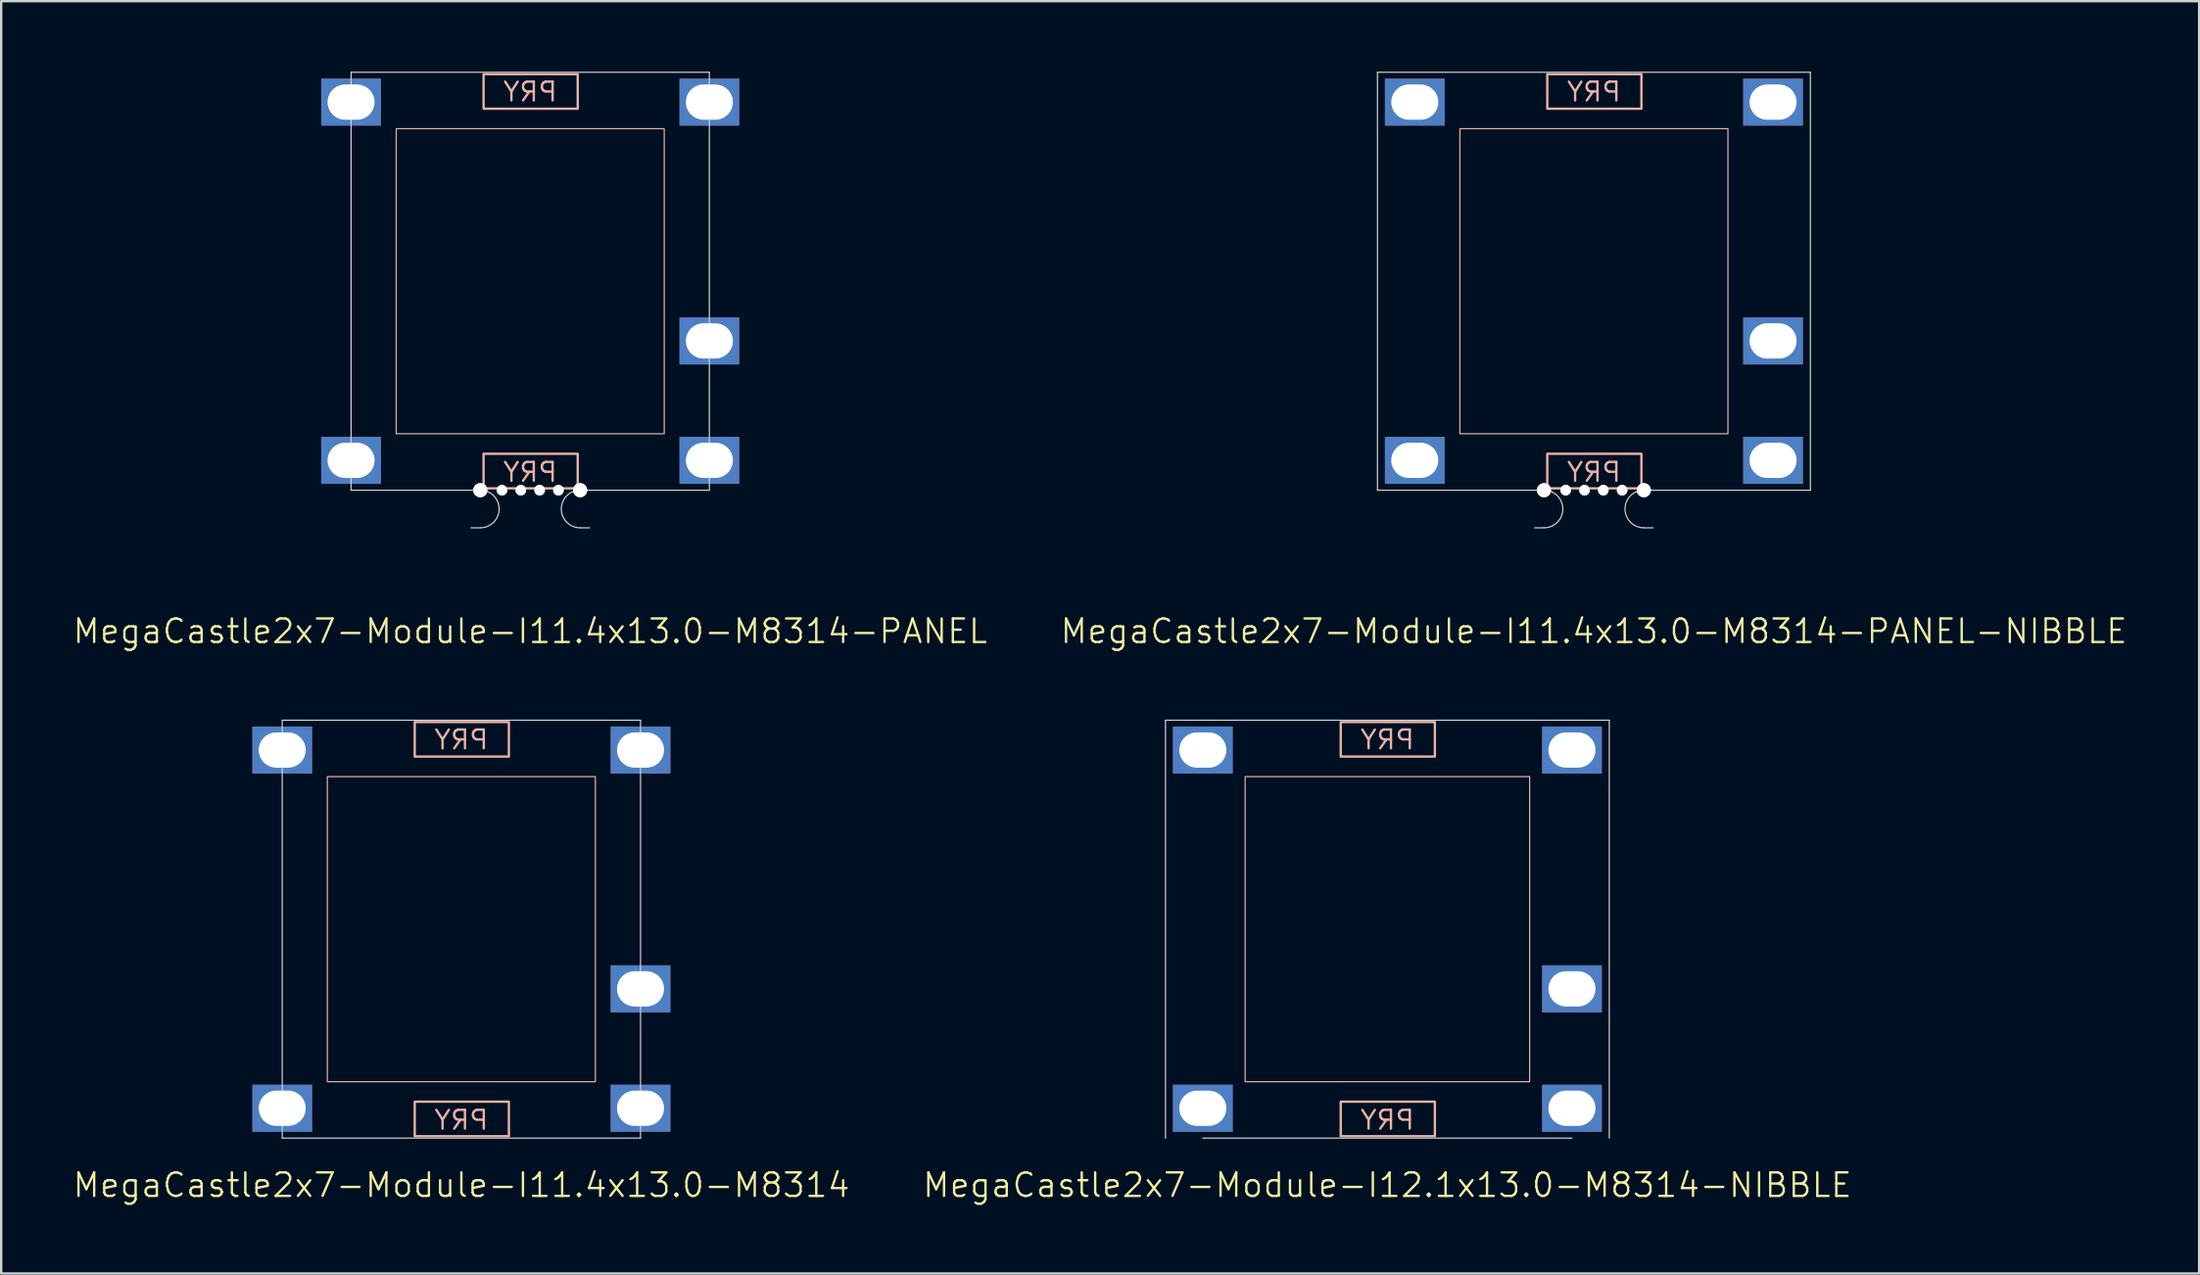
<source format=kicad_pcb>
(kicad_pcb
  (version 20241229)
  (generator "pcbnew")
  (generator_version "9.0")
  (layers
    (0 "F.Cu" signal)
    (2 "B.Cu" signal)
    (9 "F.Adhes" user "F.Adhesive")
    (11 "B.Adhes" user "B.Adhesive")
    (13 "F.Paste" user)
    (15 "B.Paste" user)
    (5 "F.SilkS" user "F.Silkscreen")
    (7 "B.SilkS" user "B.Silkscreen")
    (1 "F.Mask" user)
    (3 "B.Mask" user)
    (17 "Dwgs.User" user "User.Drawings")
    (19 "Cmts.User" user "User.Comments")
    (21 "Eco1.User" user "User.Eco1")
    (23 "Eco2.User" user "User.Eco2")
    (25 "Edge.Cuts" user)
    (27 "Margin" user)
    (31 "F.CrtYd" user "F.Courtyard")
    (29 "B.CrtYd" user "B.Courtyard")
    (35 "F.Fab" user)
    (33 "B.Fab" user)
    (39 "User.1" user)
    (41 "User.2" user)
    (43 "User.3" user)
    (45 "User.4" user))
  (footprint "MegaCastle2x7-Module-I11.4x13.0-M8314-PANEL"
    (layer "F.Cu")
    (at 19.502 8.915)
    (property "Reference" "MegaCastle2x7-Module-I11.4x13.0-M8314-PANEL" (at 0 14.89 0) (unlocked yes) (layer "F.SilkS") (effects (font (size 1 1) (thickness 0.1))))
    (attr smd)
    (fp_rect (start -5.7 6.49) (end 5.7 -6.49) (stroke (width 0.05) (type default)) (fill no) (layer "B.SilkS"))
    (fp_rect (start -1.984 -7.341) (end 2.02 -8.81) (stroke (width 0.1) (type default)) (fill no) (layer "B.SilkS"))
    (fp_rect (start -1.984 7.341) (end 2.02 8.81) (stroke (width 0.1) (type default)) (fill no) (layer "B.SilkS"))
    (fp_line (start -7.62 -8.89) (end -7.62 8.89) (stroke (width 0.05) (type default)) (layer "Edge.Cuts"))
    (fp_line (start -7.62 -8.89) (end 7.62 -8.89) (stroke (width 0.05) (type default)) (layer "Edge.Cuts"))
    (fp_line (start -7.62 8.89) (end -2.522 8.89) (stroke (width 0.05) (type default)) (layer "Edge.Cuts"))
    (fp_line (start -2.522 8.89) (end -2.123 8.89) (stroke (width 0.05) (type default)) (layer "Edge.Cuts"))
    (fp_line (start -2.522 10.49) (end -2.123 10.49) (stroke (width 0.05) (type default)) (layer "Edge.Cuts"))
    (fp_line (start 2.522 8.89) (end 2.123 8.89) (stroke (width 0.05) (type default)) (layer "Edge.Cuts"))
    (fp_line (start 2.522 8.89) (end 7.62 8.89) (stroke (width 0.05) (type default)) (layer "Edge.Cuts"))
    (fp_line (start 2.522 10.49) (end 2.123 10.49) (stroke (width 0.05) (type default)) (layer "Edge.Cuts"))
    (fp_line (start 7.62 -8.89) (end 7.62 8.89) (stroke (width 0.05) (type default)) (layer "Edge.Cuts"))
    (fp_arc (start -2.1225 8.89) (mid -1.3225 9.69) (end -2.1225 10.49) (stroke (width 0.05) (type default)) (layer "Edge.Cuts"))
    (fp_arc (start 2.1225 10.49) (mid 1.3225 9.69) (end 2.1225 8.89) (stroke (width 0.05) (type default)) (layer "Edge.Cuts"))
    (fp_text user "PRY" (at 0 8.59 0) (unlocked yes) (layer "B.SilkS") (effects (font (size 0.8 0.8) (thickness 0.1)) (justify bottom mirror)))
    (fp_text user "PRY" (at 0 -7.59 0) (unlocked yes) (layer "B.SilkS") (effects (font (size 0.8 0.8) (thickness 0.1)) (justify bottom mirror)))
    (pad "" np_thru_hole circle (at -2.123 8.89) (size 0.6 0.6) (drill 0.6) (layers "*.Cu" "Edge.Cuts"))
    (pad "" np_thru_hole circle (at -1.2 8.89) (size 0.45 0.45) (drill 0.45) (layers "*.Cu" "Edge.Cuts"))
    (pad "" np_thru_hole circle (at -0.4 8.89) (size 0.45 0.45) (drill 0.45) (layers "*.Cu" "Edge.Cuts"))
    (pad "" np_thru_hole circle (at 0.4 8.89) (size 0.45 0.45) (drill 0.45) (layers "*.Cu" "Edge.Cuts"))
    (pad "" np_thru_hole circle (at 1.2 8.89) (size 0.45 0.45) (drill 0.45) (layers "*.Cu" "Edge.Cuts"))
    (pad "" np_thru_hole circle (at 2.123 8.89) (size 0.6 0.6) (drill 0.6) (layers "*.Cu" "Edge.Cuts"))
    (pad "1" thru_hole rect (at -7.62 -7.62) (size 2.54 2) (drill oval 2 1.5) (property pad_prop_castellated) (layers "*.Cu" "*.Mask"))
    (pad "7" thru_hole rect (at -7.62 7.62) (size 2.54 2) (drill oval 2 1.5) (property pad_prop_castellated) (layers "*.Cu" "*.Mask"))
    (pad "8" thru_hole rect (at 7.62 -7.62) (size 2.54 2) (drill oval 2 1.5) (property pad_prop_castellated) (layers "*.Cu" "*.Mask"))
    (pad "12" thru_hole rect (at 7.62 2.54) (size 2.54 2) (drill oval 2 1.5) (property pad_prop_castellated) (layers "*.Cu" "*.Mask"))
    (pad "14" thru_hole rect (at 7.62 7.62) (size 2.54 2) (drill oval 2 1.5) (property pad_prop_castellated) (layers "*.Cu" "*.Mask"))
    (zone (net_name "") (layer "B.Cu") (hatch edge 0.5) (connect_pads) (min_thickness 0.25) (filled_areas_thickness no) (keepout (tracks allowed) (vias allowed) (pads allowed) (copperpour allowed) (footprints not_allowed)) (placement (enabled no)) (fill) (polygon (pts (xy 11.882 17.805) (xy 11.882 0.025) (xy 13.802 0.025) (xy 13.802 17.805))))
    (zone (net_name "") (layer "B.Cu") (hatch edge 0.5) (connect_pads) (min_thickness 0.25) (filled_areas_thickness no) (keepout (tracks allowed) (vias allowed) (pads allowed) (copperpour allowed) (footprints not_allowed)) (placement (enabled no)) (fill) (polygon (pts (xy 13.802 0.025) (xy 13.802 2.425) (xy 25.202 2.425) (xy 25.202 0.025))))
    (zone (net_name "") (layer "B.Cu") (hatch edge 0.5) (connect_pads) (min_thickness 0.25) (filled_areas_thickness no) (keepout (tracks allowed) (vias allowed) (pads allowed) (copperpour allowed) (footprints not_allowed)) (placement (enabled no)) (fill) (polygon (pts (xy 13.802 17.805) (xy 13.802 15.405) (xy 25.202 15.405) (xy 25.202 17.805))))
    (zone (net_name "") (layer "B.Cu") (name "Upper Pry Zone") (hatch edge 0.5) (connect_pads) (min_thickness 0.25) (filled_areas_thickness no) (keepout (tracks not_allowed) (vias not_allowed) (pads not_allowed) (copperpour allowed) (footprints not_allowed)) (placement (enabled no)) (fill) (polygon (pts (xy 17.518 1.574) (xy 17.518 0.105) (xy 21.522 0.105) (xy 21.522 1.574))))
    (zone (net_name "") (layer "B.Cu") (name "Upper Pry Zone") (hatch edge 0.5) (connect_pads) (min_thickness 0.25) (filled_areas_thickness no) (keepout (tracks not_allowed) (vias not_allowed) (pads not_allowed) (copperpour allowed) (footprints not_allowed)) (placement (enabled no)) (fill) (polygon (pts (xy 17.518 16.256) (xy 17.518 17.725) (xy 21.522 17.725) (xy 21.522 16.256))))
    (zone (net_name "") (layer "B.Cu") (hatch edge 0.5) (connect_pads) (min_thickness 0.25) (filled_areas_thickness no) (keepout (tracks allowed) (vias allowed) (pads allowed) (copperpour allowed) (footprints not_allowed)) (placement (enabled no)) (fill) (polygon (pts (xy 27.122 17.805) (xy 27.122 0.025) (xy 25.202 0.025) (xy 25.202 17.805)))))
  (footprint "MegaCastle2x7-Module-I12.1x13.0-M8314-NIBBLE"
    (layer "F.Cu")
    (at 55.96 36.48)
    (property "Reference" "MegaCastle2x7-Module-I12.1x13.0-M8314-NIBBLE" (at 0 10.89 0) (unlocked yes) (layer "F.SilkS") (effects (font (size 1 1) (thickness 0.1))))
    (attr smd)
    (fp_rect (start -6.05 6.49) (end 6.05 -6.49) (stroke (width 0.05) (type default)) (fill no) (layer "B.SilkS"))
    (fp_rect (start -1.984 -7.341) (end 2.02 -8.81) (stroke (width 0.1) (type default)) (fill no) (layer "B.SilkS"))
    (fp_rect (start -1.984 7.341) (end 2.02 8.81) (stroke (width 0.1) (type default)) (fill no) (layer "B.SilkS"))
    (fp_line (start -9.438 -8.89) (end -9.438 8.89) (stroke (width 0.05) (type default)) (layer "Edge.Cuts"))
    (fp_line (start -9.438 -8.89) (end 9.438 -8.89) (stroke (width 0.05) (type default)) (layer "Edge.Cuts"))
    (fp_line (start -7.85 8.89) (end 7.85 8.89) (stroke (width 0.05) (type default)) (layer "Edge.Cuts"))
    (fp_line (start 9.438 -8.89) (end 9.438 8.89) (stroke (width 0.05) (type default)) (layer "Edge.Cuts"))
    (fp_text user "PRY" (at 0 8.59 0) (unlocked yes) (layer "B.SilkS") (effects (font (size 0.8 0.8) (thickness 0.1)) (justify bottom mirror)))
    (fp_text user "PRY" (at 0 -7.59 0) (unlocked yes) (layer "B.SilkS") (effects (font (size 0.8 0.8) (thickness 0.1)) (justify bottom mirror)))
    (pad "1" thru_hole rect (at -7.85 -7.62) (size 2.54 2) (drill oval 2 1.5) (property pad_prop_castellated) (layers "*.Cu" "*.Mask"))
    (pad "7" thru_hole rect (at -7.85 7.62) (size 2.54 2) (drill oval 2 1.5) (property pad_prop_castellated) (layers "*.Cu" "*.Mask"))
    (pad "8" thru_hole rect (at 7.85 -7.62) (size 2.54 2) (drill oval 2 1.5) (property pad_prop_castellated) (layers "*.Cu" "*.Mask"))
    (pad "12" thru_hole rect (at 7.85 2.54) (size 2.54 2) (drill oval 2 1.5) (property pad_prop_castellated) (layers "*.Cu" "*.Mask"))
    (pad "14" thru_hole rect (at 7.85 7.62) (size 2.54 2) (drill oval 2 1.5) (property pad_prop_castellated) (layers "*.Cu" "*.Mask"))
    (zone (net_name "") (layer "B.Cu") (hatch edge 0.5) (connect_pads) (min_thickness 0.25) (filled_areas_thickness no) (keepout (tracks allowed) (vias allowed) (pads allowed) (copperpour allowed) (footprints not_allowed)) (placement (enabled no)) (fill) (polygon (pts (xy 48.11 45.37) (xy 48.11 27.59) (xy 49.91 27.59) (xy 49.91 45.37))))
    (zone (net_name "") (layer "B.Cu") (hatch edge 0.5) (connect_pads) (min_thickness 0.25) (filled_areas_thickness no) (keepout (tracks allowed) (vias allowed) (pads allowed) (copperpour allowed) (footprints not_allowed)) (placement (enabled no)) (fill) (polygon (pts (xy 49.91 27.59) (xy 49.91 29.991) (xy 62.01 29.991) (xy 62.01 27.59))))
    (zone (net_name "") (layer "B.Cu") (hatch edge 0.5) (connect_pads) (min_thickness 0.25) (filled_areas_thickness no) (keepout (tracks allowed) (vias allowed) (pads allowed) (copperpour allowed) (footprints not_allowed)) (placement (enabled no)) (fill) (polygon (pts (xy 49.91 45.37) (xy 49.91 42.971) (xy 62.01 42.971) (xy 62.01 45.37))))
    (zone (net_name "") (layer "B.Cu") (name "Upper Pry Zone") (hatch edge 0.5) (connect_pads) (min_thickness 0.25) (filled_areas_thickness no) (keepout (tracks not_allowed) (vias not_allowed) (pads not_allowed) (copperpour allowed) (footprints not_allowed)) (placement (enabled no)) (fill) (polygon (pts (xy 53.975 29.139) (xy 53.975 27.671) (xy 57.979 27.671) (xy 57.979 29.139))))
    (zone (net_name "") (layer "B.Cu") (name "Upper Pry Zone") (hatch edge 0.5) (connect_pads) (min_thickness 0.25) (filled_areas_thickness no) (keepout (tracks not_allowed) (vias not_allowed) (pads not_allowed) (copperpour allowed) (footprints not_allowed)) (placement (enabled no)) (fill) (polygon (pts (xy 53.975 43.822) (xy 53.975 45.291) (xy 57.979 45.291) (xy 57.979 43.822))))
    (zone (net_name "") (layer "B.Cu") (hatch edge 0.5) (connect_pads) (min_thickness 0.25) (filled_areas_thickness no) (keepout (tracks allowed) (vias allowed) (pads allowed) (copperpour allowed) (footprints not_allowed)) (placement (enabled no)) (fill) (polygon (pts (xy 63.81 45.37) (xy 63.81 27.59) (xy 62.01 27.59) (xy 62.01 45.37)))))
  (footprint "MegaCastle2x7-Module-I11.4x13.0-M8314-PANEL-NIBBLE"
    (layer "F.Cu")
    (at 64.745 8.915)
    (property "Reference" "MegaCastle2x7-Module-I11.4x13.0-M8314-PANEL-NIBBLE" (at 0 14.89 0) (unlocked yes) (layer "F.SilkS") (effects (font (size 1 1) (thickness 0.1))))
    (attr smd)
    (fp_rect (start -5.7 6.49) (end 5.7 -6.49) (stroke (width 0.05) (type default)) (fill no) (layer "B.SilkS"))
    (fp_rect (start -1.984 -7.341) (end 2.02 -8.81) (stroke (width 0.1) (type default)) (fill no) (layer "B.SilkS"))
    (fp_rect (start -1.984 7.341) (end 2.02 8.81) (stroke (width 0.1) (type default)) (fill no) (layer "B.SilkS"))
    (fp_line (start -9.207 -8.89) (end -9.207 8.89) (stroke (width 0.05) (type default)) (layer "Edge.Cuts"))
    (fp_line (start -9.207 -8.89) (end 9.207 -8.89) (stroke (width 0.05) (type default)) (layer "Edge.Cuts"))
    (fp_line (start -9.207 8.89) (end -2.522 8.89) (stroke (width 0.05) (type default)) (layer "Edge.Cuts"))
    (fp_line (start -2.522 8.89) (end -2.123 8.89) (stroke (width 0.05) (type default)) (layer "Edge.Cuts"))
    (fp_line (start -2.522 10.49) (end -2.123 10.49) (stroke (width 0.05) (type default)) (layer "Edge.Cuts"))
    (fp_line (start 2.522 8.89) (end 2.123 8.89) (stroke (width 0.05) (type default)) (layer "Edge.Cuts"))
    (fp_line (start 2.522 8.89) (end 9.207 8.89) (stroke (width 0.05) (type default)) (layer "Edge.Cuts"))
    (fp_line (start 2.522 10.49) (end 2.123 10.49) (stroke (width 0.05) (type default)) (layer "Edge.Cuts"))
    (fp_line (start 9.207 -8.89) (end 9.207 8.89) (stroke (width 0.05) (type default)) (layer "Edge.Cuts"))
    (fp_arc (start -2.1225 8.89) (mid -1.3225 9.69) (end -2.1225 10.49) (stroke (width 0.05) (type default)) (layer "Edge.Cuts"))
    (fp_arc (start 2.1225 10.49) (mid 1.3225 9.69) (end 2.1225 8.89) (stroke (width 0.05) (type default)) (layer "Edge.Cuts"))
    (fp_text user "PRY" (at 0 -7.59 0) (unlocked yes) (layer "B.SilkS") (effects (font (size 0.8 0.8) (thickness 0.1)) (justify bottom mirror)))
    (fp_text user "PRY" (at 0 8.59 0) (unlocked yes) (layer "B.SilkS") (effects (font (size 0.8 0.8) (thickness 0.1)) (justify bottom mirror)))
    (pad "" np_thru_hole circle (at -2.123 8.89) (size 0.6 0.6) (drill 0.6) (layers "*.Cu" "Edge.Cuts"))
    (pad "" np_thru_hole circle (at -1.2 8.89) (size 0.45 0.45) (drill 0.45) (layers "*.Cu" "Edge.Cuts"))
    (pad "" np_thru_hole circle (at -0.4 8.89) (size 0.45 0.45) (drill 0.45) (layers "*.Cu" "Edge.Cuts"))
    (pad "" np_thru_hole circle (at 0.4 8.89) (size 0.45 0.45) (drill 0.45) (layers "*.Cu" "Edge.Cuts"))
    (pad "" np_thru_hole circle (at 1.2 8.89) (size 0.45 0.45) (drill 0.45) (layers "*.Cu" "Edge.Cuts"))
    (pad "" np_thru_hole circle (at 2.123 8.89) (size 0.6 0.6) (drill 0.6) (layers "*.Cu" "Edge.Cuts"))
    (pad "1" thru_hole rect (at -7.62 -7.62) (size 2.54 2) (drill oval 2 1.5) (property pad_prop_castellated) (layers "*.Cu" "*.Mask"))
    (pad "7" thru_hole rect (at -7.62 7.62) (size 2.54 2) (drill oval 2 1.5) (property pad_prop_castellated) (layers "*.Cu" "*.Mask"))
    (pad "8" thru_hole rect (at 7.62 -7.62) (size 2.54 2) (drill oval 2 1.5) (property pad_prop_castellated) (layers "*.Cu" "*.Mask"))
    (pad "12" thru_hole rect (at 7.62 2.54) (size 2.54 2) (drill oval 2 1.5) (property pad_prop_castellated) (layers "*.Cu" "*.Mask"))
    (pad "14" thru_hole rect (at 7.62 7.62) (size 2.54 2) (drill oval 2 1.5) (property pad_prop_castellated) (layers "*.Cu" "*.Mask"))
    (zone (net_name "") (layer "B.Cu") (hatch edge 0.5) (connect_pads) (min_thickness 0.25) (filled_areas_thickness no) (keepout (tracks allowed) (vias allowed) (pads allowed) (copperpour allowed) (footprints not_allowed)) (placement (enabled no)) (fill) (polygon (pts (xy 57.125 17.805) (xy 57.125 0.025) (xy 59.045 0.025) (xy 59.045 17.805))))
    (zone (net_name "") (layer "B.Cu") (hatch edge 0.5) (connect_pads) (min_thickness 0.25) (filled_areas_thickness no) (keepout (tracks allowed) (vias allowed) (pads allowed) (copperpour allowed) (footprints not_allowed)) (placement (enabled no)) (fill) (polygon (pts (xy 59.045 0.025) (xy 59.045 2.425) (xy 70.445 2.425) (xy 70.445 0.025))))
    (zone (net_name "") (layer "B.Cu") (hatch edge 0.5) (connect_pads) (min_thickness 0.25) (filled_areas_thickness no) (keepout (tracks allowed) (vias allowed) (pads allowed) (copperpour allowed) (footprints not_allowed)) (placement (enabled no)) (fill) (polygon (pts (xy 59.045 17.805) (xy 59.045 15.405) (xy 70.445 15.405) (xy 70.445 17.805))))
    (zone (net_name "") (layer "B.Cu") (name "Upper Pry Zone") (hatch edge 0.5) (connect_pads) (min_thickness 0.25) (filled_areas_thickness no) (keepout (tracks not_allowed) (vias not_allowed) (pads not_allowed) (copperpour allowed) (footprints not_allowed)) (placement (enabled no)) (fill) (polygon (pts (xy 62.761 1.574) (xy 62.761 0.105) (xy 66.765 0.105) (xy 66.765 1.574))))
    (zone (net_name "") (layer "B.Cu") (name "Upper Pry Zone") (hatch edge 0.5) (connect_pads) (min_thickness 0.25) (filled_areas_thickness no) (keepout (tracks not_allowed) (vias not_allowed) (pads not_allowed) (copperpour allowed) (footprints not_allowed)) (placement (enabled no)) (fill) (polygon (pts (xy 62.761 16.256) (xy 62.761 17.725) (xy 66.765 17.725) (xy 66.765 16.256))))
    (zone (net_name "") (layer "B.Cu") (hatch edge 0.5) (connect_pads) (min_thickness 0.25) (filled_areas_thickness no) (keepout (tracks allowed) (vias allowed) (pads allowed) (copperpour allowed) (footprints not_allowed)) (placement (enabled no)) (fill) (polygon (pts (xy 72.365 17.805) (xy 72.365 0.025) (xy 70.445 0.025) (xy 70.445 17.805)))))
  (footprint "MegaCastle2x7-Module-I11.4x13.0-M8314"
    (layer "F.Cu")
    (at 16.574 36.48)
    (property "Reference" "MegaCastle2x7-Module-I11.4x13.0-M8314" (at 0 10.89 0) (unlocked yes) (layer "F.SilkS") (effects (font (size 1 1) (thickness 0.1))))
    (attr smd)
    (fp_rect (start -5.7 6.49) (end 5.7 -6.49) (stroke (width 0.05) (type default)) (fill no) (layer "B.SilkS"))
    (fp_rect (start -1.984 -7.341) (end 2.02 -8.81) (stroke (width 0.1) (type default)) (fill no) (layer "B.SilkS"))
    (fp_rect (start -1.984 7.341) (end 2.02 8.81) (stroke (width 0.1) (type default)) (fill no) (layer "B.SilkS"))
    (fp_line (start -7.62 -8.89) (end -7.62 8.89) (stroke (width 0.05) (type default)) (layer "Edge.Cuts"))
    (fp_line (start -7.62 -8.89) (end 7.62 -8.89) (stroke (width 0.05) (type default)) (layer "Edge.Cuts"))
    (fp_line (start -7.62 8.89) (end 7.62 8.89) (stroke (width 0.05) (type default)) (layer "Edge.Cuts"))
    (fp_line (start 7.62 -8.89) (end 7.62 8.89) (stroke (width 0.05) (type default)) (layer "Edge.Cuts"))
    (fp_text user "PRY" (at 0 8.59 0) (unlocked yes) (layer "B.SilkS") (effects (font (size 0.8 0.8) (thickness 0.1)) (justify bottom mirror)))
    (fp_text user "PRY" (at 0 -7.59 0) (unlocked yes) (layer "B.SilkS") (effects (font (size 0.8 0.8) (thickness 0.1)) (justify bottom mirror)))
    (pad "1" thru_hole rect (at -7.62 -7.62) (size 2.54 2) (drill oval 2 1.5) (property pad_prop_castellated) (layers "*.Cu" "*.Mask"))
    (pad "7" thru_hole rect (at -7.62 7.62) (size 2.54 2) (drill oval 2 1.5) (property pad_prop_castellated) (layers "*.Cu" "*.Mask"))
    (pad "8" thru_hole rect (at 7.62 -7.62) (size 2.54 2) (drill oval 2 1.5) (property pad_prop_castellated) (layers "*.Cu" "*.Mask"))
    (pad "12" thru_hole rect (at 7.62 2.54) (size 2.54 2) (drill oval 2 1.5) (property pad_prop_castellated) (layers "*.Cu" "*.Mask"))
    (pad "14" thru_hole rect (at 7.62 7.62) (size 2.54 2) (drill oval 2 1.5) (property pad_prop_castellated) (layers "*.Cu" "*.Mask"))
    (zone (net_name "") (layer "B.Cu") (hatch edge 0.5) (connect_pads) (min_thickness 0.25) (filled_areas_thickness no) (keepout (tracks allowed) (vias allowed) (pads allowed) (copperpour allowed) (footprints not_allowed)) (placement (enabled no)) (fill) (polygon (pts (xy 8.954 45.37) (xy 8.954 27.59) (xy 10.874 27.59) (xy 10.874 45.37))))
    (zone (net_name "") (layer "B.Cu") (hatch edge 0.5) (connect_pads) (min_thickness 0.25) (filled_areas_thickness no) (keepout (tracks allowed) (vias allowed) (pads allowed) (copperpour allowed) (footprints not_allowed)) (placement (enabled no)) (fill) (polygon (pts (xy 10.874 27.59) (xy 10.874 29.991) (xy 22.274 29.991) (xy 22.274 27.59))))
    (zone (net_name "") (layer "B.Cu") (hatch edge 0.5) (connect_pads) (min_thickness 0.25) (filled_areas_thickness no) (keepout (tracks allowed) (vias allowed) (pads allowed) (copperpour allowed) (footprints not_allowed)) (placement (enabled no)) (fill) (polygon (pts (xy 10.874 45.37) (xy 10.874 42.971) (xy 22.274 42.971) (xy 22.274 45.37))))
    (zone (net_name "") (layer "B.Cu") (name "Upper Pry Zone") (hatch edge 0.5) (connect_pads) (min_thickness 0.25) (filled_areas_thickness no) (keepout (tracks not_allowed) (vias not_allowed) (pads not_allowed) (copperpour allowed) (footprints not_allowed)) (placement (enabled no)) (fill) (polygon (pts (xy 14.59 29.139) (xy 14.59 27.671) (xy 18.593 27.671) (xy 18.593 29.139))))
    (zone (net_name "") (layer "B.Cu") (name "Upper Pry Zone") (hatch edge 0.5) (connect_pads) (min_thickness 0.25) (filled_areas_thickness no) (keepout (tracks not_allowed) (vias not_allowed) (pads not_allowed) (copperpour allowed) (footprints not_allowed)) (placement (enabled no)) (fill) (polygon (pts (xy 14.59 43.822) (xy 14.59 45.291) (xy 18.593 45.291) (xy 18.593 43.822))))
    (zone (net_name "") (layer "B.Cu") (hatch edge 0.5) (connect_pads) (min_thickness 0.25) (filled_areas_thickness no) (keepout (tracks allowed) (vias allowed) (pads allowed) (copperpour allowed) (footprints not_allowed)) (placement (enabled no)) (fill) (polygon (pts (xy 24.194 45.37) (xy 24.194 27.59) (xy 22.274 27.59) (xy 22.274 45.37)))))
  (gr_rect
    (start -3 -3)
    (end 90.486 51.131)
    (stroke (width 0.1) (type default))
    (fill no)
    (layer "Edge.Cuts")))
</source>
